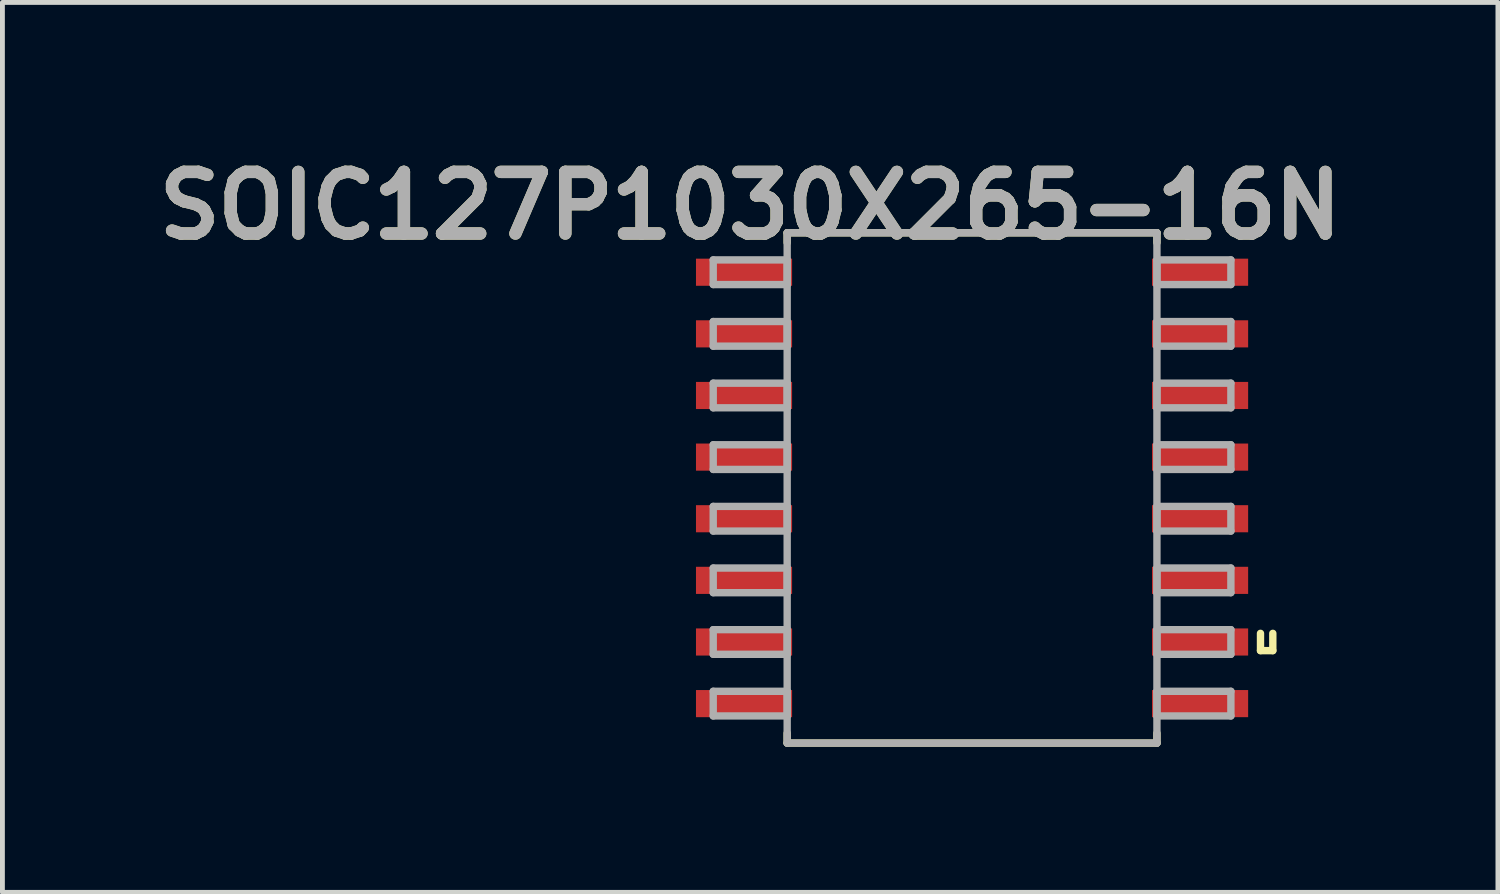
<source format=kicad_pcb>
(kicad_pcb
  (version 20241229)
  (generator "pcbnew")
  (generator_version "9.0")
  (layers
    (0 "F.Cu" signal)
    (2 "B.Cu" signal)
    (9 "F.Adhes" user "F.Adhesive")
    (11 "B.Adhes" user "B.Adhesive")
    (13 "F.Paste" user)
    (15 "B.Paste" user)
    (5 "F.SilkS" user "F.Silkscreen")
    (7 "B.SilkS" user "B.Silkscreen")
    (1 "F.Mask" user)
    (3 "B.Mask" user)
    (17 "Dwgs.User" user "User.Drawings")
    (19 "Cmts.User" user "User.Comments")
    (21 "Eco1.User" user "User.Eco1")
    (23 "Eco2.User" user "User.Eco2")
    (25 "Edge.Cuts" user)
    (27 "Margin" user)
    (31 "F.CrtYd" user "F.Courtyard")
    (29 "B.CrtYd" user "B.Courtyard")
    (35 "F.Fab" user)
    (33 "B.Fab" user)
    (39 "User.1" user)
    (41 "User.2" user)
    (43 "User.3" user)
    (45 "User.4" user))
  (footprint "SOIC127P1030X265-16N"
    (layer "F.Cu")
    (at 16.982 7.005)
    (property "Reference" "SOIC127P1030X265-16N" (at -4.572 -5.817 0) (layer "F.SilkS") (effects (font (size 1.27 1.27) (thickness 0.254))))
    (attr smd)
    (fp_line (start -3.81 -5.258) (end -3.81 -5.055) (stroke (width 0.152) (type solid)) (layer "F.SilkS"))
    (fp_line (start -3.81 5.055) (end -3.81 5.258) (stroke (width 0.152) (type solid)) (layer "F.SilkS"))
    (fp_line (start -3.81 5.258) (end 3.81 5.258) (stroke (width 0.152) (type solid)) (layer "F.SilkS"))
    (fp_line (start -0.305 -5.258) (end -3.81 -5.258) (stroke (width 0.152) (type solid)) (layer "F.SilkS"))
    (fp_line (start 0.305 -5.258) (end -0.305 -5.258) (stroke (width 0.152) (type solid)) (layer "F.SilkS"))
    (fp_line (start 3.81 -5.258) (end 0.305 -5.258) (stroke (width 0.152) (type solid)) (layer "F.SilkS"))
    (fp_line (start 3.81 -5.055) (end 3.81 -5.258) (stroke (width 0.152) (type solid)) (layer "F.SilkS"))
    (fp_line (start 3.81 5.258) (end 3.81 5.055) (stroke (width 0.152) (type solid)) (layer "F.SilkS"))
    (fp_line (start 5.944 3.353) (end 5.944 2.997) (stroke (width 0.152) (type solid)) (layer "F.SilkS"))
    (fp_line (start 6.198 2.997) (end 6.198 3.353) (stroke (width 0.152) (type solid)) (layer "F.SilkS"))
    (fp_line (start 6.198 3.353) (end 5.944 3.353) (stroke (width 0.152) (type solid)) (layer "F.SilkS"))
    (fp_line (start -5.334 -4.699) (end -5.334 -4.191) (stroke (width 0.152) (type solid)) (layer "F.Fab"))
    (fp_line (start -5.334 -4.191) (end -3.81 -4.191) (stroke (width 0.152) (type solid)) (layer "F.Fab"))
    (fp_line (start -5.334 -3.429) (end -5.334 -2.921) (stroke (width 0.152) (type solid)) (layer "F.Fab"))
    (fp_line (start -5.334 -2.921) (end -3.81 -2.921) (stroke (width 0.152) (type solid)) (layer "F.Fab"))
    (fp_line (start -5.334 -2.159) (end -5.334 -1.651) (stroke (width 0.152) (type solid)) (layer "F.Fab"))
    (fp_line (start -5.334 -1.651) (end -3.81 -1.651) (stroke (width 0.152) (type solid)) (layer "F.Fab"))
    (fp_line (start -5.334 -0.889) (end -5.334 -0.381) (stroke (width 0.152) (type solid)) (layer "F.Fab"))
    (fp_line (start -5.334 -0.381) (end -3.81 -0.381) (stroke (width 0.152) (type solid)) (layer "F.Fab"))
    (fp_line (start -5.334 0.381) (end -5.334 0.889) (stroke (width 0.152) (type solid)) (layer "F.Fab"))
    (fp_line (start -5.334 0.889) (end -3.81 0.889) (stroke (width 0.152) (type solid)) (layer "F.Fab"))
    (fp_line (start -5.334 1.651) (end -5.334 2.159) (stroke (width 0.152) (type solid)) (layer "F.Fab"))
    (fp_line (start -5.334 2.159) (end -3.81 2.159) (stroke (width 0.152) (type solid)) (layer "F.Fab"))
    (fp_line (start -5.334 2.921) (end -5.334 3.429) (stroke (width 0.152) (type solid)) (layer "F.Fab"))
    (fp_line (start -5.334 3.429) (end -3.81 3.429) (stroke (width 0.152) (type solid)) (layer "F.Fab"))
    (fp_line (start -5.334 4.191) (end -5.334 4.699) (stroke (width 0.152) (type solid)) (layer "F.Fab"))
    (fp_line (start -5.334 4.699) (end -3.81 4.699) (stroke (width 0.152) (type solid)) (layer "F.Fab"))
    (fp_line (start -3.81 -5.258) (end -3.81 5.258) (stroke (width 0.152) (type solid)) (layer "F.Fab"))
    (fp_line (start -3.81 -4.699) (end -5.334 -4.699) (stroke (width 0.152) (type solid)) (layer "F.Fab"))
    (fp_line (start -3.81 -4.191) (end -3.81 -4.699) (stroke (width 0.152) (type solid)) (layer "F.Fab"))
    (fp_line (start -3.81 -3.429) (end -5.334 -3.429) (stroke (width 0.152) (type solid)) (layer "F.Fab"))
    (fp_line (start -3.81 -2.921) (end -3.81 -3.429) (stroke (width 0.152) (type solid)) (layer "F.Fab"))
    (fp_line (start -3.81 -2.159) (end -5.334 -2.159) (stroke (width 0.152) (type solid)) (layer "F.Fab"))
    (fp_line (start -3.81 -1.651) (end -3.81 -2.159) (stroke (width 0.152) (type solid)) (layer "F.Fab"))
    (fp_line (start -3.81 -0.889) (end -5.334 -0.889) (stroke (width 0.152) (type solid)) (layer "F.Fab"))
    (fp_line (start -3.81 -0.381) (end -3.81 -0.889) (stroke (width 0.152) (type solid)) (layer "F.Fab"))
    (fp_line (start -3.81 0.381) (end -5.334 0.381) (stroke (width 0.152) (type solid)) (layer "F.Fab"))
    (fp_line (start -3.81 0.889) (end -3.81 0.381) (stroke (width 0.152) (type solid)) (layer "F.Fab"))
    (fp_line (start -3.81 1.651) (end -5.334 1.651) (stroke (width 0.152) (type solid)) (layer "F.Fab"))
    (fp_line (start -3.81 2.159) (end -3.81 1.651) (stroke (width 0.152) (type solid)) (layer "F.Fab"))
    (fp_line (start -3.81 2.921) (end -5.334 2.921) (stroke (width 0.152) (type solid)) (layer "F.Fab"))
    (fp_line (start -3.81 3.429) (end -3.81 2.921) (stroke (width 0.152) (type solid)) (layer "F.Fab"))
    (fp_line (start -3.81 4.191) (end -5.334 4.191) (stroke (width 0.152) (type solid)) (layer "F.Fab"))
    (fp_line (start -3.81 4.699) (end -3.81 4.191) (stroke (width 0.152) (type solid)) (layer "F.Fab"))
    (fp_line (start -3.81 5.258) (end 3.81 5.258) (stroke (width 0.152) (type solid)) (layer "F.Fab"))
    (fp_line (start -0.305 -5.258) (end -3.81 -5.258) (stroke (width 0.152) (type solid)) (layer "F.Fab"))
    (fp_line (start 0.305 -5.258) (end -0.305 -5.258) (stroke (width 0.152) (type solid)) (layer "F.Fab"))
    (fp_line (start 3.81 -5.258) (end 0.305 -5.258) (stroke (width 0.152) (type solid)) (layer "F.Fab"))
    (fp_line (start 3.81 -4.699) (end 3.81 -4.191) (stroke (width 0.152) (type solid)) (layer "F.Fab"))
    (fp_line (start 3.81 -4.191) (end 5.334 -4.191) (stroke (width 0.152) (type solid)) (layer "F.Fab"))
    (fp_line (start 3.81 -3.429) (end 3.81 -2.921) (stroke (width 0.152) (type solid)) (layer "F.Fab"))
    (fp_line (start 3.81 -2.921) (end 5.334 -2.921) (stroke (width 0.152) (type solid)) (layer "F.Fab"))
    (fp_line (start 3.81 -2.159) (end 3.81 -1.651) (stroke (width 0.152) (type solid)) (layer "F.Fab"))
    (fp_line (start 3.81 -1.651) (end 5.334 -1.651) (stroke (width 0.152) (type solid)) (layer "F.Fab"))
    (fp_line (start 3.81 -0.889) (end 3.81 -0.381) (stroke (width 0.152) (type solid)) (layer "F.Fab"))
    (fp_line (start 3.81 -0.381) (end 5.334 -0.381) (stroke (width 0.152) (type solid)) (layer "F.Fab"))
    (fp_line (start 3.81 0.381) (end 3.81 0.889) (stroke (width 0.152) (type solid)) (layer "F.Fab"))
    (fp_line (start 3.81 0.889) (end 5.334 0.889) (stroke (width 0.152) (type solid)) (layer "F.Fab"))
    (fp_line (start 3.81 1.651) (end 3.81 2.159) (stroke (width 0.152) (type solid)) (layer "F.Fab"))
    (fp_line (start 3.81 2.159) (end 5.334 2.159) (stroke (width 0.152) (type solid)) (layer "F.Fab"))
    (fp_line (start 3.81 2.921) (end 3.81 3.429) (stroke (width 0.152) (type solid)) (layer "F.Fab"))
    (fp_line (start 3.81 3.429) (end 5.334 3.429) (stroke (width 0.152) (type solid)) (layer "F.Fab"))
    (fp_line (start 3.81 4.191) (end 3.81 4.699) (stroke (width 0.152) (type solid)) (layer "F.Fab"))
    (fp_line (start 3.81 4.699) (end 5.334 4.699) (stroke (width 0.152) (type solid)) (layer "F.Fab"))
    (fp_line (start 3.81 5.258) (end 3.81 -5.258) (stroke (width 0.152) (type solid)) (layer "F.Fab"))
    (fp_line (start 5.334 -4.699) (end 3.81 -4.699) (stroke (width 0.152) (type solid)) (layer "F.Fab"))
    (fp_line (start 5.334 -4.191) (end 5.334 -4.699) (stroke (width 0.152) (type solid)) (layer "F.Fab"))
    (fp_line (start 5.334 -3.429) (end 3.81 -3.429) (stroke (width 0.152) (type solid)) (layer "F.Fab"))
    (fp_line (start 5.334 -2.921) (end 5.334 -3.429) (stroke (width 0.152) (type solid)) (layer "F.Fab"))
    (fp_line (start 5.334 -2.159) (end 3.81 -2.159) (stroke (width 0.152) (type solid)) (layer "F.Fab"))
    (fp_line (start 5.334 -1.651) (end 5.334 -2.159) (stroke (width 0.152) (type solid)) (layer "F.Fab"))
    (fp_line (start 5.334 -0.889) (end 3.81 -0.889) (stroke (width 0.152) (type solid)) (layer "F.Fab"))
    (fp_line (start 5.334 -0.381) (end 5.334 -0.889) (stroke (width 0.152) (type solid)) (layer "F.Fab"))
    (fp_line (start 5.334 0.381) (end 3.81 0.381) (stroke (width 0.152) (type solid)) (layer "F.Fab"))
    (fp_line (start 5.334 0.889) (end 5.334 0.381) (stroke (width 0.152) (type solid)) (layer "F.Fab"))
    (fp_line (start 5.334 1.651) (end 3.81 1.651) (stroke (width 0.152) (type solid)) (layer "F.Fab"))
    (fp_line (start 5.334 2.159) (end 5.334 1.651) (stroke (width 0.152) (type solid)) (layer "F.Fab"))
    (fp_line (start 5.334 2.921) (end 3.81 2.921) (stroke (width 0.152) (type solid)) (layer "F.Fab"))
    (fp_line (start 5.334 3.429) (end 5.334 2.921) (stroke (width 0.152) (type solid)) (layer "F.Fab"))
    (fp_line (start 5.334 4.191) (end 3.81 4.191) (stroke (width 0.152) (type solid)) (layer "F.Fab"))
    (fp_line (start 5.334 4.699) (end 5.334 4.191) (stroke (width 0.152) (type solid)) (layer "F.Fab"))
    (fp_text user "${REFERENCE}" (at -4.572 -5.817 0) (layer "F.Fab") (effects (font (size 1.27 1.27) (thickness 0.254))))
    (pad "1" smd rect (at -4.699 -4.445 90) (size 0.559 1.981) (layers "F.Cu" "F.Mask" "F.Paste"))
    (pad "2" smd rect (at -4.699 -3.175 90) (size 0.559 1.981) (layers "F.Cu" "F.Mask" "F.Paste"))
    (pad "3" smd rect (at -4.699 -1.905 90) (size 0.559 1.981) (layers "F.Cu" "F.Mask" "F.Paste"))
    (pad "4" smd rect (at -4.699 -0.635 90) (size 0.559 1.981) (layers "F.Cu" "F.Mask" "F.Paste"))
    (pad "5" smd rect (at -4.699 0.635 90) (size 0.559 1.981) (layers "F.Cu" "F.Mask" "F.Paste"))
    (pad "6" smd rect (at -4.699 1.905 90) (size 0.559 1.981) (layers "F.Cu" "F.Mask" "F.Paste"))
    (pad "7" smd rect (at -4.699 3.175 90) (size 0.559 1.981) (layers "F.Cu" "F.Mask" "F.Paste"))
    (pad "8" smd rect (at -4.699 4.445 90) (size 0.559 1.981) (layers "F.Cu" "F.Mask" "F.Paste"))
    (pad "9" smd rect (at 4.699 4.445 90) (size 0.559 1.981) (layers "F.Cu" "F.Mask" "F.Paste"))
    (pad "10" smd rect (at 4.699 3.175 90) (size 0.559 1.981) (layers "F.Cu" "F.Mask" "F.Paste"))
    (pad "11" smd rect (at 4.699 1.905 90) (size 0.559 1.981) (layers "F.Cu" "F.Mask" "F.Paste"))
    (pad "12" smd rect (at 4.699 0.635 90) (size 0.559 1.981) (layers "F.Cu" "F.Mask" "F.Paste"))
    (pad "13" smd rect (at 4.699 -0.635 90) (size 0.559 1.981) (layers "F.Cu" "F.Mask" "F.Paste"))
    (pad "14" smd rect (at 4.699 -1.905 90) (size 0.559 1.981) (layers "F.Cu" "F.Mask" "F.Paste"))
    (pad "15" smd rect (at 4.699 -3.175 90) (size 0.559 1.981) (layers "F.Cu" "F.Mask" "F.Paste"))
    (pad "16" smd rect (at 4.699 -4.445 90) (size 0.559 1.981) (layers "F.Cu" "F.Mask" "F.Paste")))
  (gr_rect
    (start -3 -3)
    (end 27.819 15.339)
    (stroke (width 0.1) (type default))
    (fill no)
    (layer "Edge.Cuts")))
</source>
